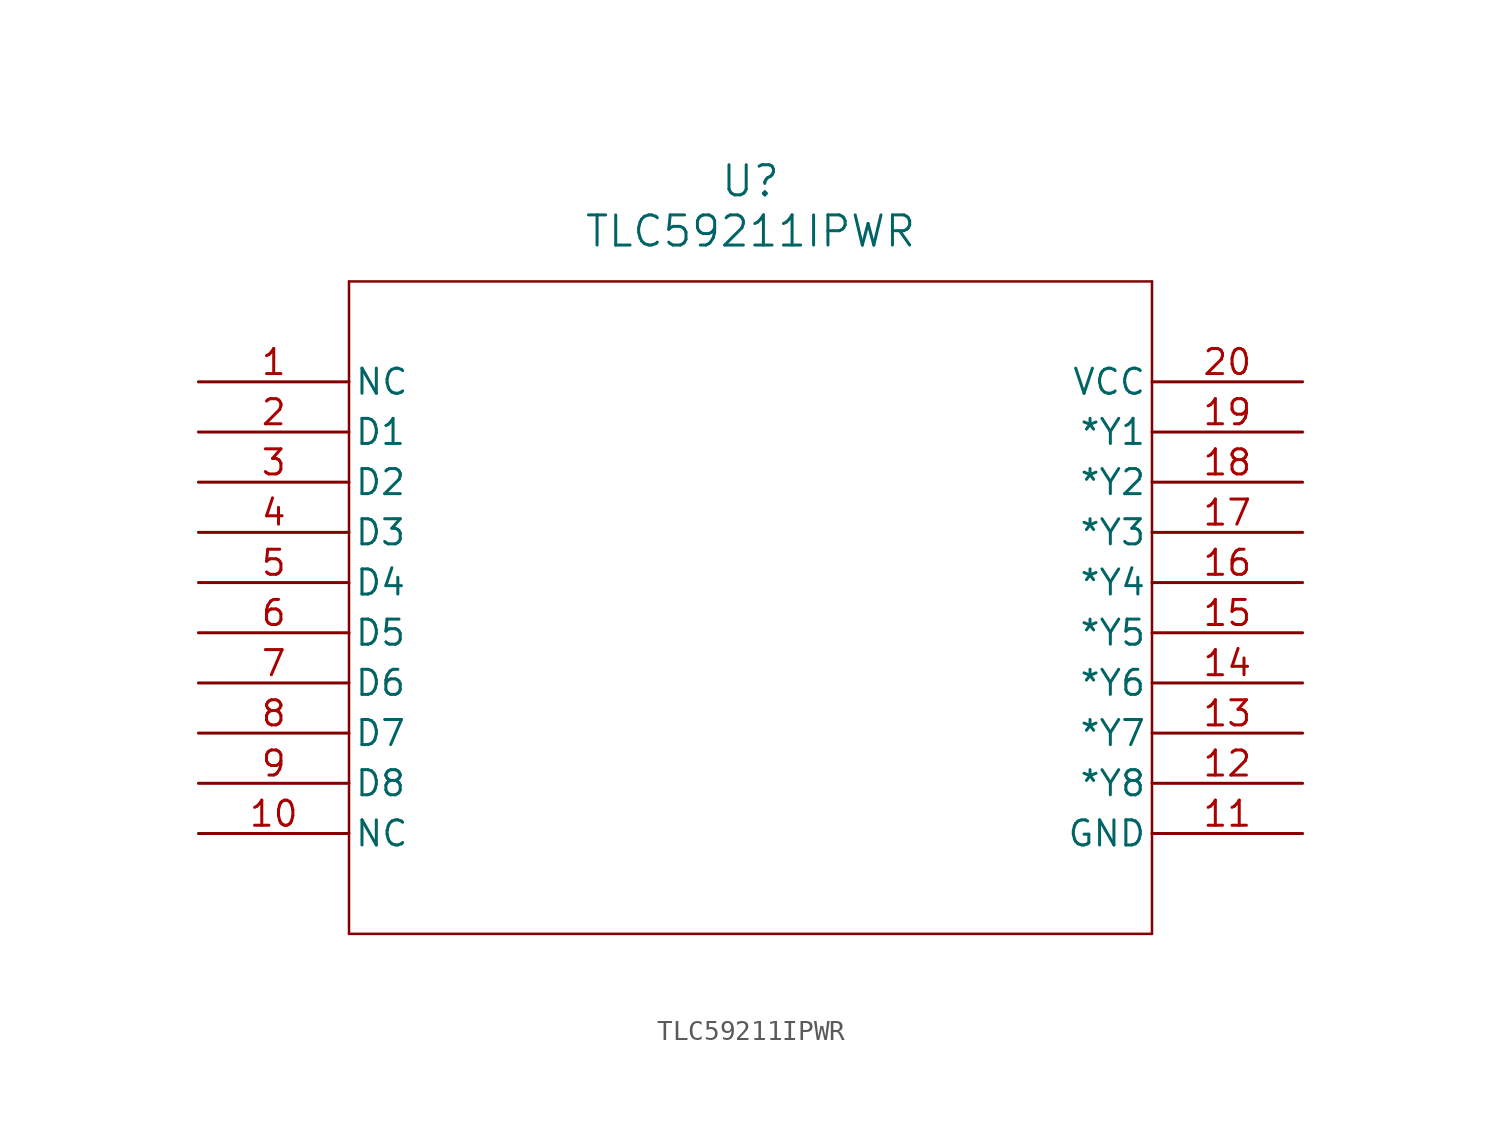
<source format=kicad_sym>
(kicad_symbol_lib
  (version 20211014)
  (generator kicad_symbol_editor)
  (symbol "TLC59211IPWR"
    (pin_names
      (offset 0.254))
    (property "Reference" "U"
      (at 27.94 10.16 0)
      (effects (font (size 1.524 1.524))))
    (property "Value" "TLC59211IPWR"
      (at 27.94 7.62 0)
      (effects (font (size 1.524 1.524))))
    (symbol "TLC59211IPWR_0_1"
      (polyline (pts (xy 7.62 5.08) (xy 7.62 -27.94)) (stroke (width 0.127) (type default) (color 0 0 0 0)) (fill (type none)))
      (polyline (pts (xy 7.62 -27.94) (xy 48.26 -27.94)) (stroke (width 0.127) (type default) (color 0 0 0 0)) (fill (type none)))
      (polyline (pts (xy 48.26 -27.94) (xy 48.26 5.08)) (stroke (width 0.127) (type default) (color 0 0 0 0)) (fill (type none)))
      (polyline (pts (xy 48.26 5.08) (xy 7.62 5.08)) (stroke (width 0.127) (type default) (color 0 0 0 0)) (fill (type none)))
      (pin unspecified line (at 0 0 0) (length 7.62) (name "NC" (effects (font (size 1.27 1.27)))) (number "1" (effects (font (size 1.27 1.27)))))
      (pin input line (at 0 -2.54 0) (length 7.62) (name "D1" (effects (font (size 1.27 1.27)))) (number "2" (effects (font (size 1.27 1.27)))))
      (pin input line (at 0 -5.08 0) (length 7.62) (name "D2" (effects (font (size 1.27 1.27)))) (number "3" (effects (font (size 1.27 1.27)))))
      (pin input line (at 0 -7.62 0) (length 7.62) (name "D3" (effects (font (size 1.27 1.27)))) (number "4" (effects (font (size 1.27 1.27)))))
      (pin input line (at 0 -10.16 0) (length 7.62) (name "D4" (effects (font (size 1.27 1.27)))) (number "5" (effects (font (size 1.27 1.27)))))
      (pin input line (at 0 -12.7 0) (length 7.62) (name "D5" (effects (font (size 1.27 1.27)))) (number "6" (effects (font (size 1.27 1.27)))))
      (pin input line (at 0 -15.24 0) (length 7.62) (name "D6" (effects (font (size 1.27 1.27)))) (number "7" (effects (font (size 1.27 1.27)))))
      (pin input line (at 0 -17.78 0) (length 7.62) (name "D7" (effects (font (size 1.27 1.27)))) (number "8" (effects (font (size 1.27 1.27)))))
      (pin input line (at 0 -20.32 0) (length 7.62) (name "D8" (effects (font (size 1.27 1.27)))) (number "9" (effects (font (size 1.27 1.27)))))
      (pin unspecified line (at 0 -22.86 0) (length 7.62) (name "NC" (effects (font (size 1.27 1.27)))) (number "10" (effects (font (size 1.27 1.27)))))
      (pin power_in line (at 55.88 -22.86 180) (length 7.62) (name "GND" (effects (font (size 1.27 1.27)))) (number "11" (effects (font (size 1.27 1.27)))))
      (pin output line (at 55.88 -20.32 180) (length 7.62) (name "*Y8" (effects (font (size 1.27 1.27)))) (number "12" (effects (font (size 1.27 1.27)))))
      (pin output line (at 55.88 -17.78 180) (length 7.62) (name "*Y7" (effects (font (size 1.27 1.27)))) (number "13" (effects (font (size 1.27 1.27)))))
      (pin output line (at 55.88 -15.24 180) (length 7.62) (name "*Y6" (effects (font (size 1.27 1.27)))) (number "14" (effects (font (size 1.27 1.27)))))
      (pin output line (at 55.88 -12.7 180) (length 7.62) (name "*Y5" (effects (font (size 1.27 1.27)))) (number "15" (effects (font (size 1.27 1.27)))))
      (pin output line (at 55.88 -10.16 180) (length 7.62) (name "*Y4" (effects (font (size 1.27 1.27)))) (number "16" (effects (font (size 1.27 1.27)))))
      (pin output line (at 55.88 -7.62 180) (length 7.62) (name "*Y3" (effects (font (size 1.27 1.27)))) (number "17" (effects (font (size 1.27 1.27)))))
      (pin output line (at 55.88 -5.08 180) (length 7.62) (name "*Y2" (effects (font (size 1.27 1.27)))) (number "18" (effects (font (size 1.27 1.27)))))
      (pin output line (at 55.88 -2.54 180) (length 7.62) (name "*Y1" (effects (font (size 1.27 1.27)))) (number "19" (effects (font (size 1.27 1.27)))))
      (pin power_in line (at 55.88 0 180) (length 7.62) (name "VCC" (effects (font (size 1.27 1.27)))) (number "20" (effects (font (size 1.27 1.27))))))))
</source>
